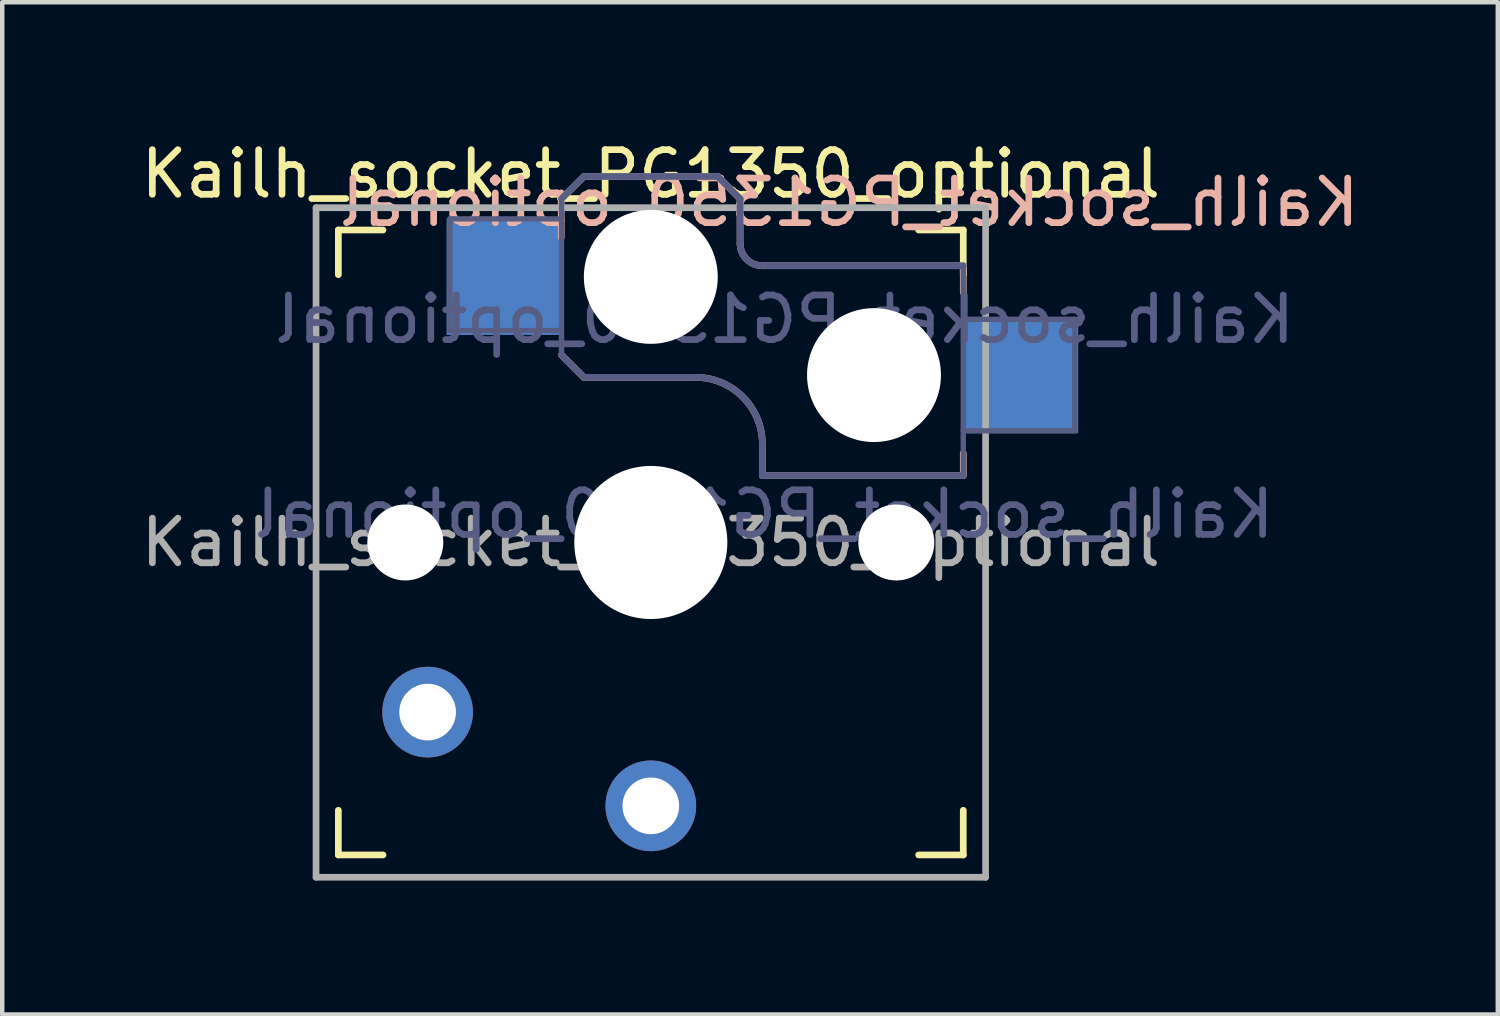
<source format=kicad_pcb>
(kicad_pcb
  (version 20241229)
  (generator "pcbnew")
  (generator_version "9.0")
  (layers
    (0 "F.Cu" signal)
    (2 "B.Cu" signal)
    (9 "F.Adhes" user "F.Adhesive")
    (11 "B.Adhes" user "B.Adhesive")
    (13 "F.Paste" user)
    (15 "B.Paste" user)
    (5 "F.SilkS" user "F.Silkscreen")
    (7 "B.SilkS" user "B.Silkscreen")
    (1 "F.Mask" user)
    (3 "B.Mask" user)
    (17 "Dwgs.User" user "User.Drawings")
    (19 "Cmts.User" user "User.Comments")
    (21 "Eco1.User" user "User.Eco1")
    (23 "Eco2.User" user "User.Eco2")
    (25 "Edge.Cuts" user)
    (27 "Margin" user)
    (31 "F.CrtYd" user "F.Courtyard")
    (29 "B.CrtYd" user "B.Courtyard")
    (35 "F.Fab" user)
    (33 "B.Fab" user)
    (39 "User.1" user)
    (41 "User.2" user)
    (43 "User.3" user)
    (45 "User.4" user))
  (footprint "Kailh_socket_PG1350_optional"
    (layer "F.Cu")
    (at 11.53 9.103)
    (property "Reference" "Kailh_socket_PG1350_optional" (at 0 -8.255 0) (layer "F.SilkS") (effects (font (size 1 1) (thickness 0.15))))
    (property "Value" "Kailh_socket_PG1350_optional" (at 0 8.25 0) (layer "F.Fab") (hide yes) (effects (font (size 1 1) (thickness 0.15))))
    (attr through_hole)
    (fp_line (start -7 -6) (end -7 -7) (stroke (width 0.15) (type solid)) (layer "F.SilkS"))
    (fp_line (start -7 7) (end -7 6) (stroke (width 0.15) (type solid)) (layer "F.SilkS"))
    (fp_line (start -7 7) (end -6 7) (stroke (width 0.15) (type solid)) (layer "F.SilkS"))
    (fp_line (start -6 -7) (end -7 -7) (stroke (width 0.15) (type solid)) (layer "F.SilkS"))
    (fp_line (start 6 7) (end 7 7) (stroke (width 0.15) (type solid)) (layer "F.SilkS"))
    (fp_line (start 7 -7) (end 6 -7) (stroke (width 0.15) (type solid)) (layer "F.SilkS"))
    (fp_line (start 7 -7) (end 7 -6) (stroke (width 0.15) (type solid)) (layer "F.SilkS"))
    (fp_line (start 7 6) (end 7 7) (stroke (width 0.15) (type solid)) (layer "F.SilkS"))
    (fp_line (start -2 -7.7) (end -1.5 -8.2) (stroke (width 0.15) (type solid)) (layer "B.SilkS"))
    (fp_line (start -2 -4.2) (end -1.5 -3.7) (stroke (width 0.15) (type solid)) (layer "B.SilkS"))
    (fp_line (start -1.5 -8.2) (end 1.5 -8.2) (stroke (width 0.15) (type solid)) (layer "B.SilkS"))
    (fp_line (start -1.5 -3.7) (end 1 -3.7) (stroke (width 0.15) (type solid)) (layer "B.SilkS"))
    (fp_line (start 1.5 -8.2) (end 2 -7.7) (stroke (width 0.15) (type solid)) (layer "B.SilkS"))
    (fp_line (start 2 -6.7) (end 2 -7.7) (stroke (width 0.15) (type solid)) (layer "B.SilkS"))
    (fp_line (start 2.5 -2.2) (end 2.5 -1.5) (stroke (width 0.15) (type solid)) (layer "B.SilkS"))
    (fp_line (start 2.5 -1.5) (end 7 -1.5) (stroke (width 0.15) (type solid)) (layer "B.SilkS"))
    (fp_line (start 7 -6.2) (end 2.5 -6.2) (stroke (width 0.15) (type solid)) (layer "B.SilkS"))
    (fp_line (start 7 -5.6) (end 7 -6.2) (stroke (width 0.15) (type solid)) (layer "B.SilkS"))
    (fp_line (start 7 -1.5) (end 7 -2) (stroke (width 0.15) (type solid)) (layer "B.SilkS"))
    (fp_arc (start 1 -3.7) (mid 2.06066 -3.26066) (end 2.5 -2.2) (stroke (width 0.15) (type solid)) (layer "B.SilkS"))
    (fp_arc (start 2.5 -6.2) (mid 2.146447 -6.346447) (end 2 -6.7) (stroke (width 0.15) (type solid)) (layer "B.SilkS"))
    (fp_line (start -6.9 6.9) (end -6.9 -6.9) (stroke (width 0.15) (type solid)) (layer "Eco2.User"))
    (fp_line (start -6.9 6.9) (end 6.9 6.9) (stroke (width 0.15) (type solid)) (layer "Eco2.User"))
    (fp_line (start -2.6 -3.1) (end -2.6 -6.3) (stroke (width 0.15) (type solid)) (layer "Eco2.User"))
    (fp_line (start -2.6 -3.1) (end 2.6 -3.1) (stroke (width 0.15) (type solid)) (layer "Eco2.User"))
    (fp_line (start 2.6 -6.3) (end -2.6 -6.3) (stroke (width 0.15) (type solid)) (layer "Eco2.User"))
    (fp_line (start 2.6 -3.1) (end 2.6 -6.3) (stroke (width 0.15) (type solid)) (layer "Eco2.User"))
    (fp_line (start 6.9 -6.9) (end -6.9 -6.9) (stroke (width 0.15) (type solid)) (layer "Eco2.User"))
    (fp_line (start 6.9 -6.9) (end 6.9 6.9) (stroke (width 0.15) (type solid)) (layer "Eco2.User"))
    (fp_line (start -4.5 -7.25) (end -2 -7.25) (stroke (width 0.12) (type solid)) (layer "B.Fab"))
    (fp_line (start -4.5 -4.75) (end -4.5 -7.25) (stroke (width 0.12) (type solid)) (layer "B.Fab"))
    (fp_line (start -2 -7.7) (end -1.5 -8.2) (stroke (width 0.15) (type solid)) (layer "B.Fab"))
    (fp_line (start -2 -4.75) (end -4.5 -4.75) (stroke (width 0.12) (type solid)) (layer "B.Fab"))
    (fp_line (start -2 -4.25) (end -2 -7.7) (stroke (width 0.12) (type solid)) (layer "B.Fab"))
    (fp_line (start -2 -4.2) (end -1.5 -3.7) (stroke (width 0.15) (type solid)) (layer "B.Fab"))
    (fp_line (start -1.5 -8.2) (end 1.5 -8.2) (stroke (width 0.15) (type solid)) (layer "B.Fab"))
    (fp_line (start -1.5 -3.7) (end 1 -3.7) (stroke (width 0.15) (type solid)) (layer "B.Fab"))
    (fp_line (start 1.5 -8.2) (end 2 -7.7) (stroke (width 0.15) (type solid)) (layer "B.Fab"))
    (fp_line (start 2 -6.7) (end 2 -7.7) (stroke (width 0.15) (type solid)) (layer "B.Fab"))
    (fp_line (start 2.5 -2.2) (end 2.5 -1.5) (stroke (width 0.15) (type solid)) (layer "B.Fab"))
    (fp_line (start 2.5 -1.5) (end 7 -1.5) (stroke (width 0.15) (type solid)) (layer "B.Fab"))
    (fp_line (start 7 -6.2) (end 2.5 -6.2) (stroke (width 0.15) (type solid)) (layer "B.Fab"))
    (fp_line (start 7 -5) (end 9.5 -5) (stroke (width 0.12) (type solid)) (layer "B.Fab"))
    (fp_line (start 7 -1.5) (end 7 -6.2) (stroke (width 0.12) (type solid)) (layer "B.Fab"))
    (fp_line (start 9.5 -5) (end 9.5 -2.5) (stroke (width 0.12) (type solid)) (layer "B.Fab"))
    (fp_line (start 9.5 -2.5) (end 7 -2.5) (stroke (width 0.12) (type solid)) (layer "B.Fab"))
    (fp_arc (start 1 -3.7) (mid 2.06066 -3.26066) (end 2.5 -2.2) (stroke (width 0.15) (type solid)) (layer "B.Fab"))
    (fp_arc (start 2.5 -6.2) (mid 2.146447 -6.346447) (end 2 -6.7) (stroke (width 0.15) (type solid)) (layer "B.Fab"))
    (fp_line (start -7.5 -7.5) (end 7.5 -7.5) (stroke (width 0.15) (type solid)) (layer "F.Fab"))
    (fp_line (start -7.5 7.5) (end -7.5 -7.5) (stroke (width 0.15) (type solid)) (layer "F.Fab"))
    (fp_line (start 7.5 -7.5) (end 7.5 7.5) (stroke (width 0.15) (type solid)) (layer "F.Fab"))
    (fp_line (start 7.5 7.5) (end -7.5 7.5) (stroke (width 0.15) (type solid)) (layer "F.Fab"))
    (fp_text user "${REFERENCE}" (at 4.445 -7.62 0) (layer "B.SilkS") (effects (font (size 1 1) (thickness 0.15)) (justify mirror)))
    (fp_text user "${VALUE}" (at 2.54 -0.635 0) (layer "B.Fab") (effects (font (size 1 1) (thickness 0.15)) (justify mirror)))
    (fp_text user "${REFERENCE}" (at 3 -5 180) (layer "B.Fab") (effects (font (size 1 1) (thickness 0.15)) (justify mirror)))
    (fp_text user "${REFERENCE}" (at 0 0 0) (layer "F.Fab") (effects (font (size 1 1) (thickness 0.15))))
    (pad "" np_thru_hole circle (at -5.5 0) (size 1.702 1.702) (drill 1.702) (layers "*.Cu" "*.Mask"))
    (pad "" np_thru_hole circle (at 0 -5.95) (size 3 3) (drill 3) (layers "*.Cu" "*.Mask"))
    (pad "" np_thru_hole circle (at 0 0) (size 3.429 3.429) (drill 3.429) (layers "*.Cu" "*.Mask"))
    (pad "" np_thru_hole circle (at 5 -3.75) (size 3 3) (drill 3) (layers "*.Cu" "*.Mask"))
    (pad "" np_thru_hole circle (at 5.5 0) (size 1.702 1.702) (drill 1.702) (layers "*.Cu" "*.Mask"))
    (pad "1" smd rect (at -3.275 -5.95) (size 2.6 2.6) (layers "B.Cu" "B.Mask" "B.Paste"))
    (pad "1" thru_hole circle (at 0 5.9) (size 2.032 2.032) (drill 1.27) (layers "*.Cu" "*.Mask"))
    (pad "2" thru_hole circle (at -5 3.8) (size 2.032 2.032) (drill 1.27) (layers "*.Cu" "*.Mask"))
    (pad "2" smd rect (at 8.275 -3.75) (size 2.6 2.6) (layers "B.Cu" "B.Mask" "B.Paste")))
  (gr_rect
    (start -3 -3)
    (end 30.505 19.678)
    (stroke (width 0.1) (type default))
    (fill no)
    (layer "Edge.Cuts")))
</source>
